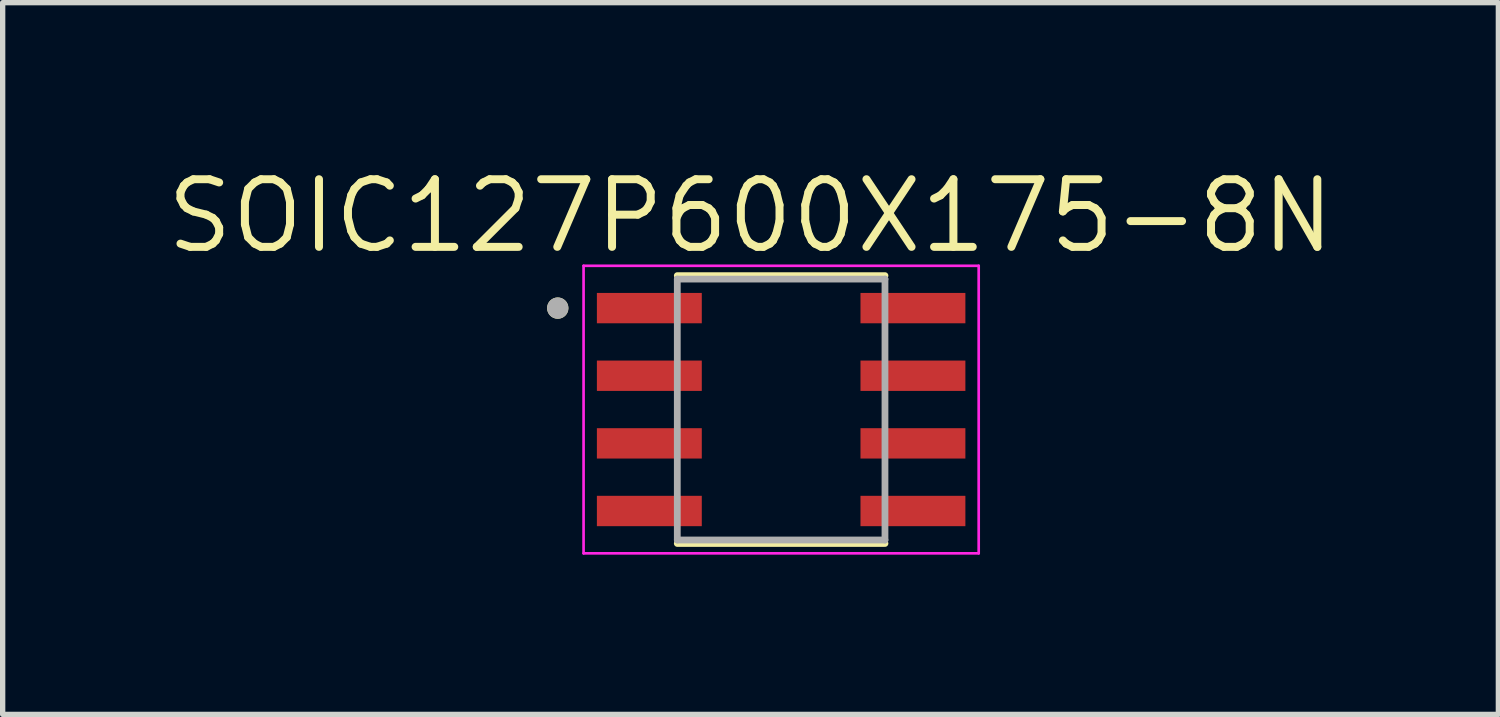
<source format=kicad_pcb>
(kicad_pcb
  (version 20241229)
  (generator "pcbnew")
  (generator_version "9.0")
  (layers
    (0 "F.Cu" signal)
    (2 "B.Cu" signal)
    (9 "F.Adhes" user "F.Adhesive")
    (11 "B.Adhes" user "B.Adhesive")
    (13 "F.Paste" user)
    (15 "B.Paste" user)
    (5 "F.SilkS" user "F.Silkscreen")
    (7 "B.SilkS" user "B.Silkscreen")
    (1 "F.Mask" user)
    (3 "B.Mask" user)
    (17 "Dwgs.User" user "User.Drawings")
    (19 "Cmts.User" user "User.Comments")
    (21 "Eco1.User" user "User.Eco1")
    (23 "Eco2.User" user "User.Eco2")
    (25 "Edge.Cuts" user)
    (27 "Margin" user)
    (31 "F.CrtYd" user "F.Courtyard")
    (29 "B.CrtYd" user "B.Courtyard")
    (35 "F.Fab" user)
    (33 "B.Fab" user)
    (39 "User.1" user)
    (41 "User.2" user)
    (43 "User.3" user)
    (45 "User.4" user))
  (footprint "SOIC127P600X175-8N"
    (layer "F.Cu")
    (at 11.619 4.641)
    (property "Reference" "SOIC127P600X175-8N" (at -0.575 -3.635 0) (layer "F.SilkS") (effects (font (size 1.27 1.27) (thickness 0.15))))
    (attr through_hole)
    (fp_line (start -1.95 -2.515) (end 1.95 -2.515) (stroke (width 0.127) (type solid)) (layer "F.SilkS"))
    (fp_line (start -1.95 2.515) (end 1.95 2.515) (stroke (width 0.127) (type solid)) (layer "F.SilkS"))
    (fp_circle (center -4.195 -1.905) (end -4.095 -1.905) (stroke (width 0.2) (type solid)) (fill no) (layer "F.SilkS"))
    (fp_line (start -3.71 -2.7) (end -3.71 2.7) (stroke (width 0.05) (type solid)) (layer "F.CrtYd"))
    (fp_line (start -3.71 -2.7) (end 3.71 -2.7) (stroke (width 0.05) (type solid)) (layer "F.CrtYd"))
    (fp_line (start -3.71 2.7) (end 3.71 2.7) (stroke (width 0.05) (type solid)) (layer "F.CrtYd"))
    (fp_line (start 3.71 -2.7) (end 3.71 2.7) (stroke (width 0.05) (type solid)) (layer "F.CrtYd"))
    (fp_line (start -1.95 -2.45) (end -1.95 2.45) (stroke (width 0.127) (type solid)) (layer "F.Fab"))
    (fp_line (start -1.95 -2.45) (end 1.95 -2.45) (stroke (width 0.127) (type solid)) (layer "F.Fab"))
    (fp_line (start -1.95 2.45) (end 1.95 2.45) (stroke (width 0.127) (type solid)) (layer "F.Fab"))
    (fp_line (start 1.95 -2.45) (end 1.95 2.45) (stroke (width 0.127) (type solid)) (layer "F.Fab"))
    (fp_circle (center -4.195 -1.905) (end -4.095 -1.905) (stroke (width 0.2) (type solid)) (fill no) (layer "F.Fab"))
    (pad "1" smd rect (at -2.475 -1.905) (size 1.97 0.57) (layers "F.Cu" "F.Mask" "F.Paste"))
    (pad "2" smd rect (at -2.475 -0.635) (size 1.97 0.57) (layers "F.Cu" "F.Mask" "F.Paste"))
    (pad "3" smd rect (at -2.475 0.635) (size 1.97 0.57) (layers "F.Cu" "F.Mask" "F.Paste"))
    (pad "4" smd rect (at -2.475 1.905) (size 1.97 0.57) (layers "F.Cu" "F.Mask" "F.Paste"))
    (pad "5" smd rect (at 2.475 1.905) (size 1.97 0.57) (layers "F.Cu" "F.Mask" "F.Paste"))
    (pad "6" smd rect (at 2.475 0.635) (size 1.97 0.57) (layers "F.Cu" "F.Mask" "F.Paste"))
    (pad "7" smd rect (at 2.475 -0.635) (size 1.97 0.57) (layers "F.Cu" "F.Mask" "F.Paste"))
    (pad "8" smd rect (at 2.475 -1.905) (size 1.97 0.57) (layers "F.Cu" "F.Mask" "F.Paste")))
  (gr_rect
    (start -3 -3)
    (end 25.088 10.366)
    (stroke (width 0.1) (type default))
    (fill no)
    (layer "Edge.Cuts")))
</source>
